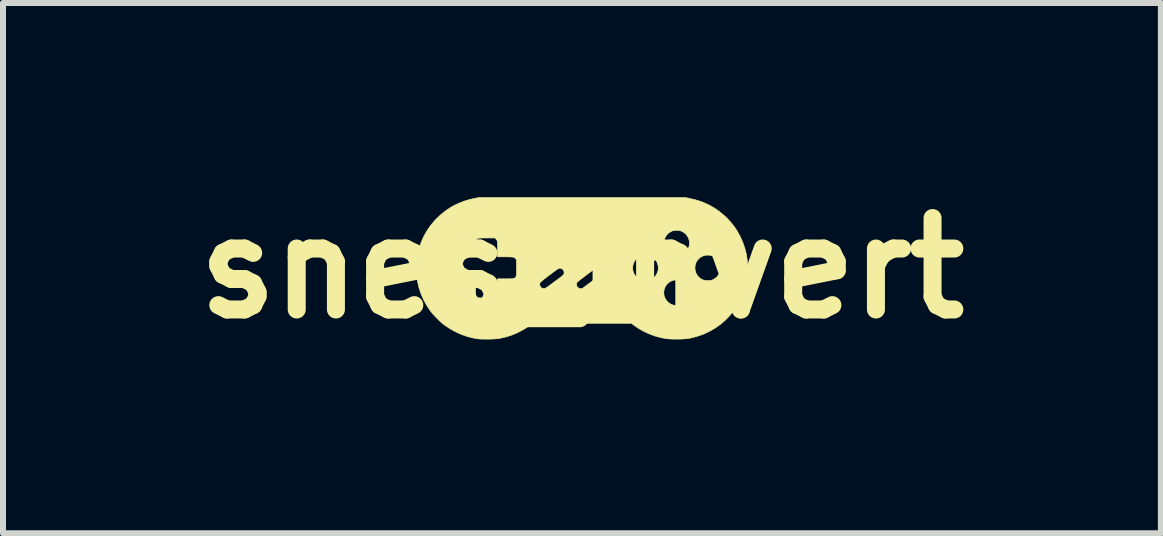
<source format=kicad_pcb>
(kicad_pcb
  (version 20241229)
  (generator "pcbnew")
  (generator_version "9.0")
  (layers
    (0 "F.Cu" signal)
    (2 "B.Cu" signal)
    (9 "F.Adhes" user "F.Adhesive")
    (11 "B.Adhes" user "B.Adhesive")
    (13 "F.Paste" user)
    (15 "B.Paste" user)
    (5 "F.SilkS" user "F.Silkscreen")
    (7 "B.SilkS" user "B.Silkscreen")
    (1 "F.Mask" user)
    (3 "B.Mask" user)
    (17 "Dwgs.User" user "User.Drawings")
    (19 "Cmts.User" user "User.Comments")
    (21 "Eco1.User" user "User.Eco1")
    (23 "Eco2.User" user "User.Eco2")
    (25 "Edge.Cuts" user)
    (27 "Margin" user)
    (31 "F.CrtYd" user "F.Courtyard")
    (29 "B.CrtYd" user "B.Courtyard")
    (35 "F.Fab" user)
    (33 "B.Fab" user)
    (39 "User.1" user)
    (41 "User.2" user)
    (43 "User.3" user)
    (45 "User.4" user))
  (footprint "snes_invert"
    (layer "F.Cu")
    (at 6.648 1.418)
    (property "Reference" "snes_invert" (at 0 0 0) (layer "F.SilkS") (effects (font (size 1.524 1.524) (thickness 0.3))))
    (attr through_hole)
    (fp_poly (pts (xy 1.783 -1.164) (xy 1.893 -1.138) (xy 1.999 -1.104) (xy 2.099 -1.061) (xy 2.193 -1.009) (xy 2.283 -0.948) (xy 2.367 -0.879) (xy 2.429 -0.82) (xy 2.488 -0.754) (xy 2.54 -0.688) (xy 2.586 -0.619) (xy 2.628 -0.542) (xy 2.639 -0.521) (xy 2.68 -0.429) (xy 2.712 -0.338) (xy 2.736 -0.245) (xy 2.751 -0.156) (xy 2.754 -0.123) (xy 2.756 -0.083) (xy 2.758 -0.039) (xy 2.758 0.009) (xy 2.757 0.056) (xy 2.755 0.102) (xy 2.753 0.143) (xy 2.749 0.179) (xy 2.746 0.201) (xy 2.728 0.286) (xy 2.705 0.365) (xy 2.678 0.441) (xy 2.644 0.517) (xy 2.639 0.526) (xy 2.586 0.622) (xy 2.526 0.713) (xy 2.458 0.796) (xy 2.384 0.872) (xy 2.302 0.941) (xy 2.215 1.002) (xy 2.122 1.055) (xy 2.023 1.101) (xy 1.919 1.137) (xy 1.81 1.165) (xy 1.78 1.171) (xy 1.753 1.175) (xy 1.718 1.178) (xy 1.676 1.181) (xy 1.631 1.182) (xy 1.584 1.183) (xy 1.537 1.183) (xy 1.493 1.182) (xy 1.453 1.18) (xy 1.42 1.177) (xy 1.41 1.176) (xy 1.312 1.158) (xy 1.215 1.131) (xy 1.119 1.095) (xy 1.027 1.053) (xy 0.94 1.003) (xy 0.861 0.948) (xy 0.853 0.942) (xy 0.825 0.919) (xy -0.823 0.919) (xy -0.87 0.954) (xy -0.961 1.015) (xy -1.056 1.067) (xy -1.156 1.111) (xy -1.258 1.144) (xy -1.364 1.169) (xy -1.406 1.175) (xy -1.43 1.178) (xy -1.463 1.18) (xy -1.502 1.182) (xy -1.544 1.183) (xy -1.587 1.183) (xy -1.629 1.183) (xy -1.668 1.182) (xy -1.702 1.181) (xy -1.729 1.179) (xy -1.732 1.178) (xy -1.831 1.161) (xy -1.929 1.134) (xy -2.027 1.098) (xy -2.121 1.054) (xy -2.211 1.003) (xy -2.296 0.945) (xy -2.324 0.923) (xy -2.355 0.897) (xy -2.389 0.864) (xy -2.425 0.828) (xy -2.46 0.791) (xy -2.492 0.755) (xy -2.519 0.722) (xy -2.527 0.712) (xy -2.587 0.622) (xy -2.639 0.527) (xy -2.683 0.427) (xy -2.717 0.324) (xy -2.741 0.219) (xy -2.754 0.138) (xy -2.756 0.109) (xy -2.757 0.072) (xy -2.758 0.028) (xy -2.758 -0.001) (xy -2.093 -0.001) (xy -2.093 0.04) (xy -2.092 0.073) (xy -2.091 0.098) (xy -2.089 0.118) (xy -2.086 0.132) (xy -2.082 0.143) (xy -2.076 0.152) (xy -2.068 0.16) (xy -2.065 0.163) (xy -2.052 0.175) (xy -1.912 0.177) (xy -1.773 0.178) (xy -1.773 0.31) (xy -1.773 0.353) (xy -1.773 0.387) (xy -1.772 0.413) (xy -1.77 0.432) (xy -1.768 0.447) (xy -1.765 0.458) (xy -1.76 0.467) (xy -1.754 0.474) (xy -1.747 0.481) (xy -1.735 0.49) (xy -1.725 0.494) (xy -1.717 0.495) (xy -1.701 0.496) (xy -1.677 0.496) (xy -1.648 0.496) (xy -1.614 0.496) (xy -1.584 0.496) (xy -1.544 0.496) (xy -1.513 0.495) (xy -1.49 0.495) (xy -1.472 0.494) (xy -1.46 0.493) (xy -1.452 0.491) (xy -1.445 0.489) (xy -1.44 0.486) (xy -1.439 0.485) (xy -1.43 0.478) (xy -1.423 0.47) (xy -1.417 0.461) (xy -1.413 0.449) (xy -1.41 0.433) (xy -1.409 0.419) (xy 1.363 0.419) (xy 1.37 0.461) (xy 1.384 0.5) (xy 1.406 0.536) (xy 1.435 0.568) (xy 1.469 0.593) (xy 1.508 0.612) (xy 1.551 0.622) (xy 1.573 0.624) (xy 1.587 0.624) (xy 1.606 0.621) (xy 1.616 0.62) (xy 1.659 0.607) (xy 1.697 0.587) (xy 1.729 0.56) (xy 1.755 0.528) (xy 1.774 0.492) (xy 1.786 0.453) (xy 1.791 0.412) (xy 1.787 0.371) (xy 1.776 0.331) (xy 1.756 0.292) (xy 1.732 0.262) (xy 1.698 0.232) (xy 1.66 0.211) (xy 1.621 0.199) (xy 1.58 0.195) (xy 1.54 0.199) (xy 1.501 0.21) (xy 1.465 0.227) (xy 1.433 0.252) (xy 1.405 0.283) (xy 1.383 0.32) (xy 1.369 0.362) (xy 1.366 0.375) (xy 1.363 0.419) (xy -1.409 0.419) (xy -1.409 0.411) (xy -1.408 0.384) (xy -1.407 0.348) (xy -1.407 0.309) (xy -1.407 0.263) (xy -0.705 0.263) (xy -0.703 0.287) (xy -0.694 0.307) (xy -0.679 0.326) (xy -0.662 0.336) (xy -0.639 0.34) (xy -0.634 0.34) (xy -0.626 0.34) (xy -0.619 0.339) (xy -0.61 0.336) (xy -0.6 0.33) (xy -0.586 0.321) (xy -0.568 0.309) (xy -0.544 0.291) (xy -0.515 0.27) (xy -0.51 0.266) (xy -0.092 0.266) (xy -0.088 0.291) (xy -0.075 0.315) (xy -0.066 0.324) (xy -0.055 0.334) (xy -0.044 0.339) (xy -0.029 0.34) (xy -0.023 0.34) (xy 0.004 0.34) (xy 0.146 0.236) (xy 0.179 0.21) (xy 0.211 0.187) (xy 0.239 0.166) (xy 0.263 0.148) (xy 0.282 0.134) (xy 0.294 0.124) (xy 0.298 0.12) (xy 0.311 0.103) (xy 0.317 0.08) (xy 0.315 0.057) (xy 0.315 0.055) (xy 0.305 0.035) (xy 0.288 0.018) (xy 0.275 0.01) (xy 0.845 0.01) (xy 0.851 0.051) (xy 0.866 0.091) (xy 0.89 0.128) (xy 0.903 0.143) (xy 0.927 0.166) (xy 0.951 0.183) (xy 0.98 0.196) (xy 0.987 0.198) (xy 1.016 0.205) (xy 1.05 0.208) (xy 1.085 0.207) (xy 1.118 0.202) (xy 1.129 0.198) (xy 1.171 0.179) (xy 1.206 0.152) (xy 1.235 0.118) (xy 1.256 0.078) (xy 1.269 0.034) (xy 1.27 0.03) (xy 1.271 0.002) (xy 1.882 0.002) (xy 1.888 0.044) (xy 1.901 0.084) (xy 1.922 0.122) (xy 1.951 0.155) (xy 1.975 0.173) (xy 2.001 0.189) (xy 2.026 0.2) (xy 2.055 0.205) (xy 2.089 0.207) (xy 2.103 0.207) (xy 2.129 0.206) (xy 2.148 0.204) (xy 2.163 0.2) (xy 2.177 0.195) (xy 2.186 0.191) (xy 2.225 0.167) (xy 2.258 0.136) (xy 2.283 0.1) (xy 2.3 0.06) (xy 2.309 0.018) (xy 2.308 -0.026) (xy 2.299 -0.071) (xy 2.287 -0.101) (xy 2.263 -0.138) (xy 2.234 -0.169) (xy 2.199 -0.192) (xy 2.16 -0.208) (xy 2.12 -0.216) (xy 2.078 -0.217) (xy 2.037 -0.21) (xy 1.997 -0.194) (xy 1.961 -0.17) (xy 1.945 -0.156) (xy 1.916 -0.121) (xy 1.897 -0.082) (xy 1.885 -0.041) (xy 1.882 0.002) (xy 1.271 0.002) (xy 1.272 -0.015) (xy 1.265 -0.058) (xy 1.25 -0.098) (xy 1.228 -0.134) (xy 1.199 -0.165) (xy 1.165 -0.189) (xy 1.126 -0.207) (xy 1.084 -0.216) (xy 1.041 -0.217) (xy 0.997 -0.209) (xy 0.957 -0.192) (xy 0.922 -0.169) (xy 0.893 -0.14) (xy 0.871 -0.107) (xy 0.855 -0.07) (xy 0.846 -0.03) (xy 0.845 0.01) (xy 0.275 0.01) (xy 0.268 0.006) (xy 0.247 0.002) (xy 0.227 0.005) (xy 0.219 0.009) (xy 0.203 0.02) (xy 0.182 0.034) (xy 0.157 0.052) (xy 0.129 0.073) (xy 0.098 0.095) (xy 0.067 0.119) (xy 0.036 0.143) (xy 0.006 0.166) (xy -0.022 0.187) (xy -0.046 0.206) (xy -0.065 0.222) (xy -0.078 0.234) (xy -0.085 0.241) (xy -0.085 0.241) (xy -0.092 0.266) (xy -0.51 0.266) (xy -0.468 0.235) (xy -0.429 0.206) (xy -0.396 0.182) (xy -0.37 0.162) (xy -0.349 0.146) (xy -0.333 0.133) (xy -0.321 0.122) (xy -0.313 0.114) (xy -0.307 0.107) (xy -0.303 0.101) (xy -0.3 0.095) (xy -0.3 0.095) (xy -0.297 0.073) (xy -0.301 0.051) (xy -0.312 0.031) (xy -0.328 0.015) (xy -0.348 0.004) (xy -0.369 0.001) (xy -0.387 0.004) (xy -0.396 0.009) (xy -0.412 0.02) (xy -0.433 0.035) (xy -0.459 0.053) (xy -0.487 0.074) (xy -0.518 0.097) (xy -0.549 0.12) (xy -0.58 0.144) (xy -0.61 0.167) (xy -0.637 0.189) (xy -0.661 0.208) (xy -0.679 0.223) (xy -0.692 0.234) (xy -0.697 0.24) (xy -0.705 0.263) (xy -1.407 0.263) (xy -1.407 0.178) (xy -1.277 0.178) (xy -1.237 0.178) (xy -1.206 0.178) (xy -1.182 0.177) (xy -1.164 0.176) (xy -1.151 0.175) (xy -1.142 0.173) (xy -1.134 0.171) (xy -1.128 0.168) (xy -1.118 0.163) (xy -1.11 0.157) (xy -1.104 0.15) (xy -1.099 0.141) (xy -1.096 0.129) (xy -1.094 0.111) (xy -1.093 0.088) (xy -1.092 0.057) (xy -1.092 0.018) (xy -1.092 -0.004) (xy -1.092 -0.045) (xy -1.092 -0.077) (xy -1.093 -0.101) (xy -1.093 -0.119) (xy -1.094 -0.132) (xy -1.096 -0.141) (xy -1.098 -0.147) (xy -1.101 -0.152) (xy -1.103 -0.155) (xy -1.111 -0.164) (xy -1.12 -0.172) (xy -1.131 -0.178) (xy -1.145 -0.182) (xy -1.163 -0.185) (xy -1.188 -0.186) (xy -1.219 -0.187) (xy -1.258 -0.188) (xy -1.281 -0.188) (xy -1.407 -0.188) (xy -1.407 -0.311) (xy -1.407 -0.347) (xy -1.408 -0.38) (xy -1.409 -0.403) (xy 1.363 -0.403) (xy 1.37 -0.361) (xy 1.385 -0.322) (xy 1.409 -0.284) (xy 1.425 -0.266) (xy 1.456 -0.24) (xy 1.49 -0.22) (xy 1.523 -0.208) (xy 1.537 -0.206) (xy 1.557 -0.205) (xy 1.58 -0.205) (xy 1.588 -0.205) (xy 1.613 -0.207) (xy 1.632 -0.209) (xy 1.649 -0.214) (xy 1.668 -0.223) (xy 1.702 -0.243) (xy 1.732 -0.269) (xy 1.757 -0.299) (xy 1.769 -0.32) (xy 1.785 -0.364) (xy 1.791 -0.409) (xy 1.788 -0.453) (xy 1.777 -0.494) (xy 1.757 -0.533) (xy 1.73 -0.567) (xy 1.695 -0.596) (xy 1.668 -0.611) (xy 1.652 -0.618) (xy 1.638 -0.623) (xy 1.625 -0.626) (xy 1.608 -0.627) (xy 1.585 -0.627) (xy 1.577 -0.627) (xy 1.552 -0.627) (xy 1.534 -0.626) (xy 1.52 -0.624) (xy 1.507 -0.62) (xy 1.491 -0.613) (xy 1.487 -0.611) (xy 1.448 -0.588) (xy 1.416 -0.558) (xy 1.392 -0.523) (xy 1.375 -0.485) (xy 1.365 -0.444) (xy 1.363 -0.403) (xy -1.409 -0.403) (xy -1.409 -0.409) (xy -1.41 -0.432) (xy -1.411 -0.448) (xy -1.412 -0.453) (xy -1.42 -0.469) (xy -1.432 -0.484) (xy -1.435 -0.487) (xy -1.453 -0.503) (xy -1.588 -0.503) (xy -1.632 -0.503) (xy -1.667 -0.502) (xy -1.694 -0.501) (xy -1.715 -0.5) (xy -1.73 -0.497) (xy -1.741 -0.493) (xy -1.749 -0.487) (xy -1.755 -0.479) (xy -1.761 -0.469) (xy -1.763 -0.465) (xy -1.766 -0.457) (xy -1.768 -0.449) (xy -1.77 -0.439) (xy -1.771 -0.426) (xy -1.772 -0.407) (xy -1.773 -0.383) (xy -1.773 -0.35) (xy -1.773 -0.316) (xy -1.773 -0.189) (xy -1.909 -0.187) (xy -2.046 -0.185) (xy -2.064 -0.171) (xy -2.08 -0.154) (xy -2.088 -0.138) (xy -2.089 -0.128) (xy -2.091 -0.109) (xy -2.092 -0.083) (xy -2.092 -0.052) (xy -2.093 -0.017) (xy -2.093 -0.001) (xy -2.758 -0.001) (xy -2.757 -0.022) (xy -2.757 -0.03) (xy -2.756 -0.071) (xy -2.755 -0.105) (xy -2.753 -0.133) (xy -2.75 -0.158) (xy -2.747 -0.182) (xy -2.743 -0.208) (xy -2.741 -0.214) (xy -2.716 -0.323) (xy -2.681 -0.426) (xy -2.638 -0.525) (xy -2.585 -0.619) (xy -2.524 -0.709) (xy -2.453 -0.793) (xy -2.426 -0.822) (xy -2.346 -0.897) (xy -2.261 -0.964) (xy -2.17 -1.023) (xy -2.074 -1.072) (xy -1.973 -1.113) (xy -1.867 -1.145) (xy -1.791 -1.162) (xy -1.72 -1.176) (xy 1.72 -1.176) (xy 1.783 -1.164)) (stroke (width 0.01) (type solid)) (fill yes) (layer "F.SilkS")))
  (gr_rect
    (start -3 -3)
    (end 16.295 5.836)
    (stroke (width 0.1) (type default))
    (fill no)
    (layer "Edge.Cuts")))
</source>
